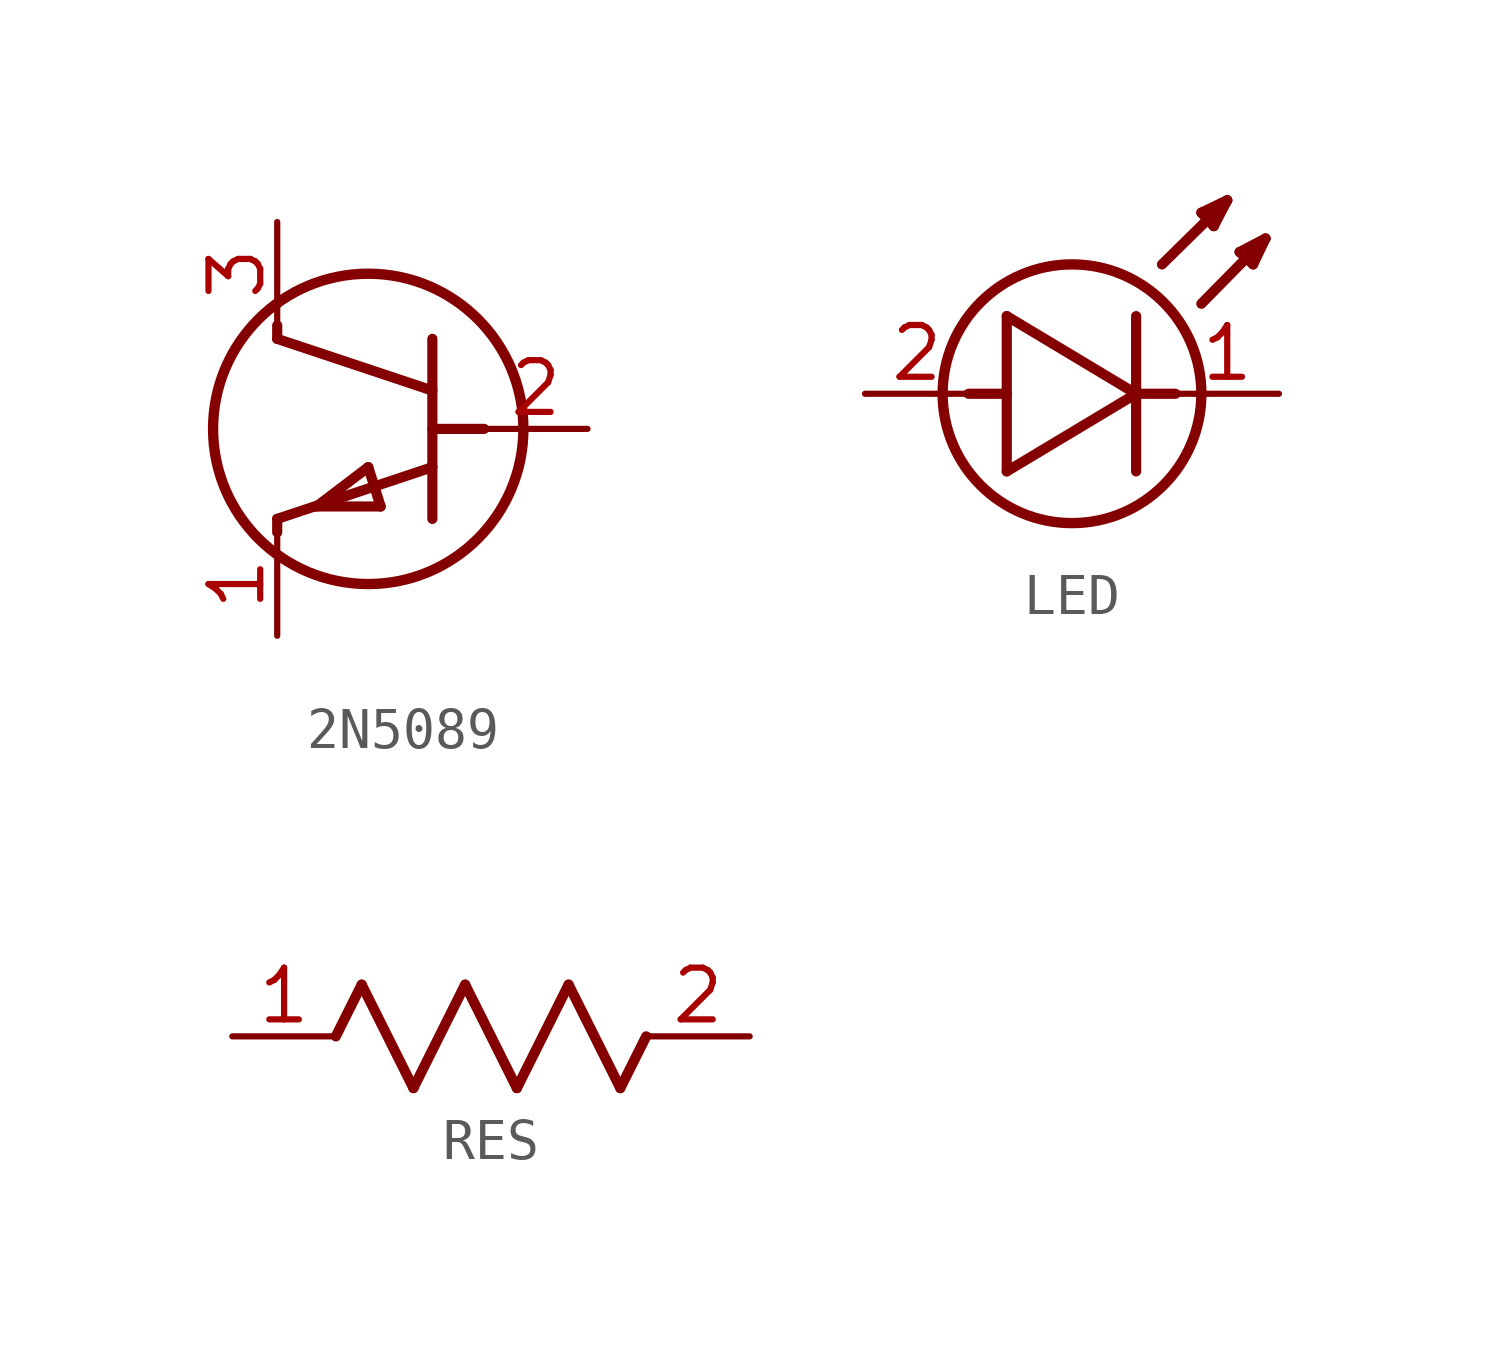
<source format=kicad_sym>
(kicad_symbol_lib
  (version 20220914)
  (generator kicad_symbol_editor)
  (symbol "2N5089"
    (property "Reference" "Q"
      (at 0 0 0)
      (effects (font (size 1.27 1.27)) hide))
    (property "ki_locked" ""
      (at 0 0 0)
      (effects (font (size 1.27 1.27))))
    (symbol "2N5089_1_0"
      (polyline (pts (xy -2.235 -2.54) (xy -2.235 -2.21)) (stroke (width 0.25) (type solid)) (fill (type none)))
      (polyline (pts (xy -2.235 2.21) (xy -2.235 2.54)) (stroke (width 0.25) (type solid)) (fill (type none)))
      (polyline (pts (xy -1.27 -1.905) (xy 0.305 -1.905)) (stroke (width 0.25) (type solid)) (fill (type none)))
      (polyline (pts (xy 0 -0.94) (xy -1.27 -1.905)) (stroke (width 0.25) (type solid)) (fill (type none)))
      (polyline (pts (xy 0.305 -1.905) (xy 0 -0.94)) (stroke (width 0.25) (type solid)) (fill (type none)))
      (polyline (pts (xy 1.575 -2.21) (xy 1.575 2.21)) (stroke (width 0.25) (type solid)) (fill (type none)))
      (polyline (pts (xy 1.575 -0.94) (xy -2.235 -2.21)) (stroke (width 0.25) (type solid)) (fill (type none)))
      (polyline (pts (xy 1.575 0.94) (xy -2.235 2.21)) (stroke (width 0.25) (type solid)) (fill (type none)))
      (polyline (pts (xy 2.845 0) (xy 1.575 0)) (stroke (width 0.25) (type solid)) (fill (type none)))
      (circle (center 0 0) (radius 3.81) (stroke (width 0.254) (type solid)) (fill (type none)))
      (pin passive line (at -2.235 -5.08 90) (length 2.54) (name "E" (effects (font (size 0 0)))) (number "1" (effects (font (size 1.27 1.27)))))
      (pin passive line (at 5.385 0 180) (length 2.54) (name "B" (effects (font (size 0 0)))) (number "2" (effects (font (size 1.27 1.27)))))
      (pin passive line (at -2.235 5.08 270) (length 2.54) (name "C" (effects (font (size 0 0)))) (number "3" (effects (font (size 1.27 1.27)))))))
  (symbol "LED"
    (property "Reference" "D"
      (at 0 0 0)
      (effects (font (size 1.27 1.27)) hide))
    (property "ki_locked" ""
      (at 0 0 0)
      (effects (font (size 1.27 1.27))))
    (symbol "LED_1_0"
      (circle (center -0.787 -0.787) (radius 3.175) (stroke (width 0.254) (type solid)) (fill (type none)))
      (polyline (pts (xy -3.327 -0.787) (xy -2.388 -0.787)) (stroke (width 0.25) (type solid)) (fill (type none)))
      (polyline (pts (xy -2.388 -2.692) (xy 0.787 -0.787)) (stroke (width 0.25) (type solid)) (fill (type none)))
      (polyline (pts (xy -2.388 1.118) (xy -2.388 -2.692)) (stroke (width 0.25) (type solid)) (fill (type none)))
      (polyline (pts (xy 0.787 -2.692) (xy 0.787 1.118)) (stroke (width 0.25) (type solid)) (fill (type none)))
      (polyline (pts (xy 0.787 -0.787) (xy -2.388 1.118)) (stroke (width 0.25) (type solid)) (fill (type none)))
      (polyline (pts (xy 0.787 -0.787) (xy 1.753 -0.787)) (stroke (width 0.25) (type solid)) (fill (type none)))
      (polyline (pts (xy 1.422 2.388) (xy 3.023 3.962)) (stroke (width 0.25) (type solid)) (fill (type none)))
      (polyline (pts (xy 2.388 1.422) (xy 3.962 3.023)) (stroke (width 0.25) (type solid)) (fill (type none)))
      (polyline (pts (xy 2.388 3.658) (xy 2.692 3.327)) (stroke (width 0.25) (type solid)) (fill (type none)))
      (polyline (pts (xy 2.692 3.327) (xy 3.023 3.962)) (stroke (width 0.25) (type solid)) (fill (type none)))
      (polyline (pts (xy 3.023 3.962) (xy 2.388 3.658)) (stroke (width 0.25) (type solid)) (fill (type none)))
      (polyline (pts (xy 3.327 2.692) (xy 3.658 2.388)) (stroke (width 0.25) (type solid)) (fill (type none)))
      (polyline (pts (xy 3.658 2.388) (xy 3.962 3.023)) (stroke (width 0.25) (type solid)) (fill (type none)))
      (polyline (pts (xy 3.962 3.023) (xy 3.327 2.692)) (stroke (width 0.25) (type solid)) (fill (type none)))
      (pin passive line (at 4.293 -0.787 180) (length 2.54) (name "K" (effects (font (size 0 0)))) (number "1" (effects (font (size 1.27 1.27)))))
      (pin passive line (at -5.867 -0.787 0) (length 2.54) (name "A" (effects (font (size 0 0)))) (number "2" (effects (font (size 1.27 1.27)))))))
  (symbol "RES"
    (property "Reference" "R"
      (at 0 0 0)
      (effects (font (size 1.27 1.27)) hide))
    (property "ki_locked" ""
      (at 0 0 0)
      (effects (font (size 1.27 1.27))))
    (symbol "RES_1_0"
      (polyline (pts (xy -3.81 0) (xy -3.175 1.27)) (stroke (width 0.25) (type solid)) (fill (type none)))
      (polyline (pts (xy -3.175 1.27) (xy -1.905 -1.27)) (stroke (width 0.25) (type solid)) (fill (type none)))
      (polyline (pts (xy -1.905 -1.27) (xy -0.635 1.27)) (stroke (width 0.25) (type solid)) (fill (type none)))
      (polyline (pts (xy -0.635 1.27) (xy 0.635 -1.27)) (stroke (width 0.25) (type solid)) (fill (type none)))
      (polyline (pts (xy 0.635 -1.27) (xy 1.905 1.27)) (stroke (width 0.25) (type solid)) (fill (type none)))
      (polyline (pts (xy 1.905 1.27) (xy 3.175 -1.27)) (stroke (width 0.25) (type solid)) (fill (type none)))
      (polyline (pts (xy 3.175 -1.27) (xy 3.81 0)) (stroke (width 0.25) (type solid)) (fill (type none)))
      (pin passive line (at -6.35 0 0) (length 2.54) (name "A" (effects (font (size 0 0)))) (number "1" (effects (font (size 1.27 1.27)))))
      (pin passive line (at 6.35 0 180) (length 2.54) (name "B" (effects (font (size 0 0)))) (number "2" (effects (font (size 1.27 1.27))))))))
</source>
